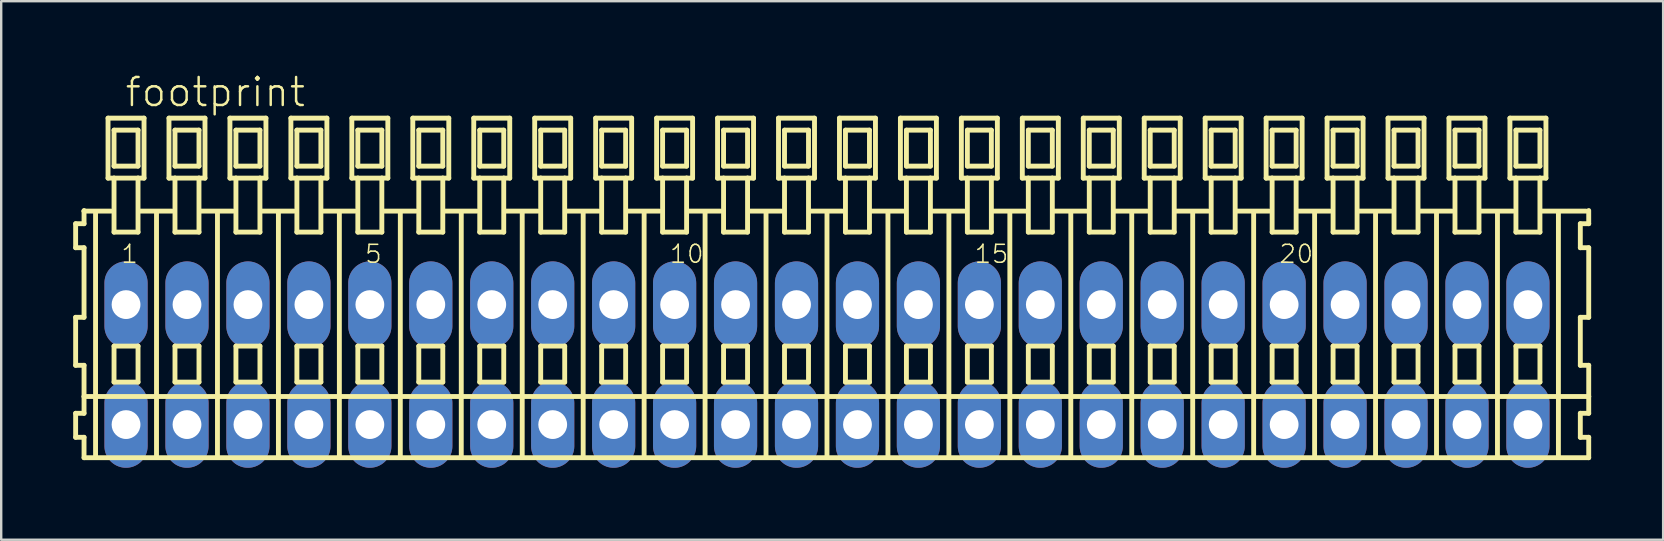
<source format=kicad_pcb>
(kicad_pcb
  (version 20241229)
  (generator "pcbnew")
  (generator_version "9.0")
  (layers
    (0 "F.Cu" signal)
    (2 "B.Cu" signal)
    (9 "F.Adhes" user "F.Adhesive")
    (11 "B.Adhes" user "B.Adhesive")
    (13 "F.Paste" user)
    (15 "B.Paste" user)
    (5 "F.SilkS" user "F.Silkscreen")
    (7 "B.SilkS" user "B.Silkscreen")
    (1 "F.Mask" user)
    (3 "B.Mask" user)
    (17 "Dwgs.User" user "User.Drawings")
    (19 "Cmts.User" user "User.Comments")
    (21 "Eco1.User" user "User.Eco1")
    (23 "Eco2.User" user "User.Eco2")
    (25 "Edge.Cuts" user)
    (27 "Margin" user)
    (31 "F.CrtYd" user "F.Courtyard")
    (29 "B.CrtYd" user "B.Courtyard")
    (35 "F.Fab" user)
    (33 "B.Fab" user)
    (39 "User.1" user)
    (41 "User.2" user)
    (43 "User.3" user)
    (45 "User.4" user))
  (footprint "footprint"
    (layer "F.Cu")
    (at 31.412 12.143)
    (property "Reference" "footprint" (at -29.31 -10.67 0) (layer "F.SilkS") (effects (font (size 1.168 1.168) (thickness 0.102)) (justify left bottom)))
    (fp_line (start -31.31 -5.87) (end -31.31 -4.87) (stroke (width 0.203) (type solid)) (layer "F.SilkS"))
    (fp_line (start -31.31 -4.87) (end -30.96 -4.87) (stroke (width 0.203) (type solid)) (layer "F.SilkS"))
    (fp_line (start -31.31 -1.97) (end -31.31 0.03) (stroke (width 0.203) (type solid)) (layer "F.SilkS"))
    (fp_line (start -31.31 0.03) (end -30.96 0.03) (stroke (width 0.203) (type solid)) (layer "F.SilkS"))
    (fp_line (start -31.31 2.03) (end -31.31 3.03) (stroke (width 0.203) (type solid)) (layer "F.SilkS"))
    (fp_line (start -31.31 3.03) (end -30.96 3.03) (stroke (width 0.203) (type solid)) (layer "F.SilkS"))
    (fp_line (start -30.96 -6.42) (end -30.96 -6.395) (stroke (width 0.203) (type solid)) (layer "F.SilkS"))
    (fp_line (start -30.96 -6.395) (end -30.96 -5.87) (stroke (width 0.203) (type solid)) (layer "F.SilkS"))
    (fp_line (start -30.96 -6.395) (end -29.835 -6.395) (stroke (width 0.203) (type solid)) (layer "F.SilkS"))
    (fp_line (start -30.96 -5.87) (end -31.31 -5.87) (stroke (width 0.203) (type solid)) (layer "F.SilkS"))
    (fp_line (start -30.96 -4.87) (end -30.96 -1.97) (stroke (width 0.203) (type solid)) (layer "F.SilkS"))
    (fp_line (start -30.96 -1.97) (end -31.31 -1.97) (stroke (width 0.203) (type solid)) (layer "F.SilkS"))
    (fp_line (start -30.96 0.03) (end -30.96 1.33) (stroke (width 0.203) (type solid)) (layer "F.SilkS"))
    (fp_line (start -30.96 1.33) (end -30.96 2.03) (stroke (width 0.203) (type solid)) (layer "F.SilkS"))
    (fp_line (start -30.96 1.33) (end 31.743 1.33) (stroke (width 0.203) (type solid)) (layer "F.SilkS"))
    (fp_line (start -30.96 2.03) (end -31.31 2.03) (stroke (width 0.203) (type solid)) (layer "F.SilkS"))
    (fp_line (start -30.96 3.03) (end -30.96 3.88) (stroke (width 0.203) (type solid)) (layer "F.SilkS"))
    (fp_line (start -30.96 3.88) (end 31.743 3.88) (stroke (width 0.203) (type solid)) (layer "F.SilkS"))
    (fp_line (start -30.48 3.83) (end -30.48 -6.33) (stroke (width 0.203) (type solid)) (layer "F.SilkS"))
    (fp_line (start -29.96 -10.27) (end -29.96 -7.77) (stroke (width 0.203) (type solid)) (layer "F.SilkS"))
    (fp_line (start -29.96 -7.77) (end -29.71 -7.77) (stroke (width 0.203) (type solid)) (layer "F.SilkS"))
    (fp_line (start -29.71 -9.77) (end -29.71 -8.27) (stroke (width 0.203) (type solid)) (layer "F.SilkS"))
    (fp_line (start -29.71 -8.27) (end -28.71 -8.27) (stroke (width 0.203) (type solid)) (layer "F.SilkS"))
    (fp_line (start -29.71 -7.77) (end -29.71 -5.52) (stroke (width 0.203) (type solid)) (layer "F.SilkS"))
    (fp_line (start -29.71 -7.77) (end -28.71 -7.77) (stroke (width 0.203) (type solid)) (layer "F.SilkS"))
    (fp_line (start -29.71 -5.52) (end -28.71 -5.52) (stroke (width 0.203) (type solid)) (layer "F.SilkS"))
    (fp_line (start -29.71 -0.77) (end -29.71 0.73) (stroke (width 0.203) (type solid)) (layer "F.SilkS"))
    (fp_line (start -29.71 0.73) (end -28.71 0.73) (stroke (width 0.203) (type solid)) (layer "F.SilkS"))
    (fp_line (start -28.71 -9.77) (end -29.71 -9.77) (stroke (width 0.203) (type solid)) (layer "F.SilkS"))
    (fp_line (start -28.71 -8.27) (end -28.71 -9.77) (stroke (width 0.203) (type solid)) (layer "F.SilkS"))
    (fp_line (start -28.71 -7.77) (end -28.46 -7.77) (stroke (width 0.203) (type solid)) (layer "F.SilkS"))
    (fp_line (start -28.71 -5.52) (end -28.71 -7.77) (stroke (width 0.203) (type solid)) (layer "F.SilkS"))
    (fp_line (start -28.71 -0.77) (end -29.71 -0.77) (stroke (width 0.203) (type solid)) (layer "F.SilkS"))
    (fp_line (start -28.71 0.73) (end -28.71 -0.77) (stroke (width 0.203) (type solid)) (layer "F.SilkS"))
    (fp_line (start -28.674 -6.395) (end -27.295 -6.395) (stroke (width 0.203) (type solid)) (layer "F.SilkS"))
    (fp_line (start -28.46 -10.27) (end -29.96 -10.27) (stroke (width 0.203) (type solid)) (layer "F.SilkS"))
    (fp_line (start -28.46 -7.77) (end -28.46 -10.27) (stroke (width 0.203) (type solid)) (layer "F.SilkS"))
    (fp_line (start -27.94 3.83) (end -27.94 -6.33) (stroke (width 0.203) (type solid)) (layer "F.SilkS"))
    (fp_line (start -27.42 -10.27) (end -27.42 -7.77) (stroke (width 0.203) (type solid)) (layer "F.SilkS"))
    (fp_line (start -27.42 -7.77) (end -27.17 -7.77) (stroke (width 0.203) (type solid)) (layer "F.SilkS"))
    (fp_line (start -27.17 -9.77) (end -27.17 -8.27) (stroke (width 0.203) (type solid)) (layer "F.SilkS"))
    (fp_line (start -27.17 -8.27) (end -26.17 -8.27) (stroke (width 0.203) (type solid)) (layer "F.SilkS"))
    (fp_line (start -27.17 -7.77) (end -27.17 -5.52) (stroke (width 0.203) (type solid)) (layer "F.SilkS"))
    (fp_line (start -27.17 -7.77) (end -26.17 -7.77) (stroke (width 0.203) (type solid)) (layer "F.SilkS"))
    (fp_line (start -27.17 -5.52) (end -26.17 -5.52) (stroke (width 0.203) (type solid)) (layer "F.SilkS"))
    (fp_line (start -27.17 -0.77) (end -27.17 0.73) (stroke (width 0.203) (type solid)) (layer "F.SilkS"))
    (fp_line (start -27.17 0.73) (end -26.17 0.73) (stroke (width 0.203) (type solid)) (layer "F.SilkS"))
    (fp_line (start -26.17 -9.77) (end -27.17 -9.77) (stroke (width 0.203) (type solid)) (layer "F.SilkS"))
    (fp_line (start -26.17 -8.27) (end -26.17 -9.77) (stroke (width 0.203) (type solid)) (layer "F.SilkS"))
    (fp_line (start -26.17 -7.77) (end -25.92 -7.77) (stroke (width 0.203) (type solid)) (layer "F.SilkS"))
    (fp_line (start -26.17 -5.52) (end -26.17 -7.77) (stroke (width 0.203) (type solid)) (layer "F.SilkS"))
    (fp_line (start -26.17 -0.77) (end -27.17 -0.77) (stroke (width 0.203) (type solid)) (layer "F.SilkS"))
    (fp_line (start -26.17 0.73) (end -26.17 -0.77) (stroke (width 0.203) (type solid)) (layer "F.SilkS"))
    (fp_line (start -26.134 -6.395) (end -24.755 -6.395) (stroke (width 0.203) (type solid)) (layer "F.SilkS"))
    (fp_line (start -25.92 -10.27) (end -27.42 -10.27) (stroke (width 0.203) (type solid)) (layer "F.SilkS"))
    (fp_line (start -25.92 -7.77) (end -25.92 -10.27) (stroke (width 0.203) (type solid)) (layer "F.SilkS"))
    (fp_line (start -25.4 3.83) (end -25.4 -6.33) (stroke (width 0.203) (type solid)) (layer "F.SilkS"))
    (fp_line (start -24.88 -10.27) (end -24.88 -7.77) (stroke (width 0.203) (type solid)) (layer "F.SilkS"))
    (fp_line (start -24.88 -7.77) (end -24.63 -7.77) (stroke (width 0.203) (type solid)) (layer "F.SilkS"))
    (fp_line (start -24.63 -9.77) (end -24.63 -8.27) (stroke (width 0.203) (type solid)) (layer "F.SilkS"))
    (fp_line (start -24.63 -8.27) (end -23.63 -8.27) (stroke (width 0.203) (type solid)) (layer "F.SilkS"))
    (fp_line (start -24.63 -7.77) (end -24.63 -5.52) (stroke (width 0.203) (type solid)) (layer "F.SilkS"))
    (fp_line (start -24.63 -7.77) (end -23.63 -7.77) (stroke (width 0.203) (type solid)) (layer "F.SilkS"))
    (fp_line (start -24.63 -5.52) (end -23.63 -5.52) (stroke (width 0.203) (type solid)) (layer "F.SilkS"))
    (fp_line (start -24.63 -0.77) (end -24.63 0.73) (stroke (width 0.203) (type solid)) (layer "F.SilkS"))
    (fp_line (start -24.63 0.73) (end -23.63 0.73) (stroke (width 0.203) (type solid)) (layer "F.SilkS"))
    (fp_line (start -23.63 -9.77) (end -24.63 -9.77) (stroke (width 0.203) (type solid)) (layer "F.SilkS"))
    (fp_line (start -23.63 -8.27) (end -23.63 -9.77) (stroke (width 0.203) (type solid)) (layer "F.SilkS"))
    (fp_line (start -23.63 -7.77) (end -23.38 -7.77) (stroke (width 0.203) (type solid)) (layer "F.SilkS"))
    (fp_line (start -23.63 -5.52) (end -23.63 -7.77) (stroke (width 0.203) (type solid)) (layer "F.SilkS"))
    (fp_line (start -23.63 -0.77) (end -24.63 -0.77) (stroke (width 0.203) (type solid)) (layer "F.SilkS"))
    (fp_line (start -23.63 0.73) (end -23.63 -0.77) (stroke (width 0.203) (type solid)) (layer "F.SilkS"))
    (fp_line (start -23.594 -6.395) (end -22.215 -6.395) (stroke (width 0.203) (type solid)) (layer "F.SilkS"))
    (fp_line (start -23.38 -10.27) (end -24.88 -10.27) (stroke (width 0.203) (type solid)) (layer "F.SilkS"))
    (fp_line (start -23.38 -7.77) (end -23.38 -10.27) (stroke (width 0.203) (type solid)) (layer "F.SilkS"))
    (fp_line (start -22.86 3.83) (end -22.86 -6.33) (stroke (width 0.203) (type solid)) (layer "F.SilkS"))
    (fp_line (start -22.34 -10.27) (end -22.34 -7.77) (stroke (width 0.203) (type solid)) (layer "F.SilkS"))
    (fp_line (start -22.34 -7.77) (end -22.09 -7.77) (stroke (width 0.203) (type solid)) (layer "F.SilkS"))
    (fp_line (start -22.09 -9.77) (end -22.09 -8.27) (stroke (width 0.203) (type solid)) (layer "F.SilkS"))
    (fp_line (start -22.09 -8.27) (end -21.09 -8.27) (stroke (width 0.203) (type solid)) (layer "F.SilkS"))
    (fp_line (start -22.09 -7.77) (end -22.09 -5.52) (stroke (width 0.203) (type solid)) (layer "F.SilkS"))
    (fp_line (start -22.09 -7.77) (end -21.09 -7.77) (stroke (width 0.203) (type solid)) (layer "F.SilkS"))
    (fp_line (start -22.09 -5.52) (end -21.09 -5.52) (stroke (width 0.203) (type solid)) (layer "F.SilkS"))
    (fp_line (start -22.09 -0.77) (end -22.09 0.73) (stroke (width 0.203) (type solid)) (layer "F.SilkS"))
    (fp_line (start -22.09 0.73) (end -21.09 0.73) (stroke (width 0.203) (type solid)) (layer "F.SilkS"))
    (fp_line (start -21.09 -9.77) (end -22.09 -9.77) (stroke (width 0.203) (type solid)) (layer "F.SilkS"))
    (fp_line (start -21.09 -8.27) (end -21.09 -9.77) (stroke (width 0.203) (type solid)) (layer "F.SilkS"))
    (fp_line (start -21.09 -7.77) (end -20.84 -7.77) (stroke (width 0.203) (type solid)) (layer "F.SilkS"))
    (fp_line (start -21.09 -5.52) (end -21.09 -7.77) (stroke (width 0.203) (type solid)) (layer "F.SilkS"))
    (fp_line (start -21.09 -0.77) (end -22.09 -0.77) (stroke (width 0.203) (type solid)) (layer "F.SilkS"))
    (fp_line (start -21.09 0.73) (end -21.09 -0.77) (stroke (width 0.203) (type solid)) (layer "F.SilkS"))
    (fp_line (start -21.054 -6.395) (end -19.675 -6.395) (stroke (width 0.203) (type solid)) (layer "F.SilkS"))
    (fp_line (start -20.84 -10.27) (end -22.34 -10.27) (stroke (width 0.203) (type solid)) (layer "F.SilkS"))
    (fp_line (start -20.84 -7.77) (end -20.84 -10.27) (stroke (width 0.203) (type solid)) (layer "F.SilkS"))
    (fp_line (start -20.32 3.83) (end -20.32 -6.33) (stroke (width 0.203) (type solid)) (layer "F.SilkS"))
    (fp_line (start -19.8 -10.27) (end -19.8 -7.77) (stroke (width 0.203) (type solid)) (layer "F.SilkS"))
    (fp_line (start -19.8 -7.77) (end -19.55 -7.77) (stroke (width 0.203) (type solid)) (layer "F.SilkS"))
    (fp_line (start -19.55 -9.77) (end -19.55 -8.27) (stroke (width 0.203) (type solid)) (layer "F.SilkS"))
    (fp_line (start -19.55 -8.27) (end -18.55 -8.27) (stroke (width 0.203) (type solid)) (layer "F.SilkS"))
    (fp_line (start -19.55 -7.77) (end -19.55 -5.52) (stroke (width 0.203) (type solid)) (layer "F.SilkS"))
    (fp_line (start -19.55 -7.77) (end -18.55 -7.77) (stroke (width 0.203) (type solid)) (layer "F.SilkS"))
    (fp_line (start -19.55 -5.52) (end -18.55 -5.52) (stroke (width 0.203) (type solid)) (layer "F.SilkS"))
    (fp_line (start -19.55 -0.77) (end -19.55 0.73) (stroke (width 0.203) (type solid)) (layer "F.SilkS"))
    (fp_line (start -19.55 0.73) (end -18.55 0.73) (stroke (width 0.203) (type solid)) (layer "F.SilkS"))
    (fp_line (start -18.55 -9.77) (end -19.55 -9.77) (stroke (width 0.203) (type solid)) (layer "F.SilkS"))
    (fp_line (start -18.55 -8.27) (end -18.55 -9.77) (stroke (width 0.203) (type solid)) (layer "F.SilkS"))
    (fp_line (start -18.55 -7.77) (end -18.3 -7.77) (stroke (width 0.203) (type solid)) (layer "F.SilkS"))
    (fp_line (start -18.55 -5.52) (end -18.55 -7.77) (stroke (width 0.203) (type solid)) (layer "F.SilkS"))
    (fp_line (start -18.55 -0.77) (end -19.55 -0.77) (stroke (width 0.203) (type solid)) (layer "F.SilkS"))
    (fp_line (start -18.55 0.73) (end -18.55 -0.77) (stroke (width 0.203) (type solid)) (layer "F.SilkS"))
    (fp_line (start -18.514 -6.395) (end -17.135 -6.395) (stroke (width 0.203) (type solid)) (layer "F.SilkS"))
    (fp_line (start -18.3 -10.27) (end -19.8 -10.27) (stroke (width 0.203) (type solid)) (layer "F.SilkS"))
    (fp_line (start -18.3 -7.77) (end -18.3 -10.27) (stroke (width 0.203) (type solid)) (layer "F.SilkS"))
    (fp_line (start -17.78 3.83) (end -17.78 -6.33) (stroke (width 0.203) (type solid)) (layer "F.SilkS"))
    (fp_line (start -17.26 -10.27) (end -17.26 -7.77) (stroke (width 0.203) (type solid)) (layer "F.SilkS"))
    (fp_line (start -17.26 -7.77) (end -17.01 -7.77) (stroke (width 0.203) (type solid)) (layer "F.SilkS"))
    (fp_line (start -17.01 -9.77) (end -17.01 -8.27) (stroke (width 0.203) (type solid)) (layer "F.SilkS"))
    (fp_line (start -17.01 -8.27) (end -16.01 -8.27) (stroke (width 0.203) (type solid)) (layer "F.SilkS"))
    (fp_line (start -17.01 -7.77) (end -17.01 -5.52) (stroke (width 0.203) (type solid)) (layer "F.SilkS"))
    (fp_line (start -17.01 -7.77) (end -16.01 -7.77) (stroke (width 0.203) (type solid)) (layer "F.SilkS"))
    (fp_line (start -17.01 -5.52) (end -16.01 -5.52) (stroke (width 0.203) (type solid)) (layer "F.SilkS"))
    (fp_line (start -17.01 -0.77) (end -17.01 0.73) (stroke (width 0.203) (type solid)) (layer "F.SilkS"))
    (fp_line (start -17.01 0.73) (end -16.01 0.73) (stroke (width 0.203) (type solid)) (layer "F.SilkS"))
    (fp_line (start -16.01 -9.77) (end -17.01 -9.77) (stroke (width 0.203) (type solid)) (layer "F.SilkS"))
    (fp_line (start -16.01 -8.27) (end -16.01 -9.77) (stroke (width 0.203) (type solid)) (layer "F.SilkS"))
    (fp_line (start -16.01 -7.77) (end -15.76 -7.77) (stroke (width 0.203) (type solid)) (layer "F.SilkS"))
    (fp_line (start -16.01 -5.52) (end -16.01 -7.77) (stroke (width 0.203) (type solid)) (layer "F.SilkS"))
    (fp_line (start -16.01 -0.77) (end -17.01 -0.77) (stroke (width 0.203) (type solid)) (layer "F.SilkS"))
    (fp_line (start -16.01 0.73) (end -16.01 -0.77) (stroke (width 0.203) (type solid)) (layer "F.SilkS"))
    (fp_line (start -15.974 -6.395) (end -14.595 -6.395) (stroke (width 0.203) (type solid)) (layer "F.SilkS"))
    (fp_line (start -15.76 -10.27) (end -17.26 -10.27) (stroke (width 0.203) (type solid)) (layer "F.SilkS"))
    (fp_line (start -15.76 -7.77) (end -15.76 -10.27) (stroke (width 0.203) (type solid)) (layer "F.SilkS"))
    (fp_line (start -15.24 3.83) (end -15.24 -6.33) (stroke (width 0.203) (type solid)) (layer "F.SilkS"))
    (fp_line (start -14.72 -10.27) (end -14.72 -7.77) (stroke (width 0.203) (type solid)) (layer "F.SilkS"))
    (fp_line (start -14.72 -7.77) (end -14.47 -7.77) (stroke (width 0.203) (type solid)) (layer "F.SilkS"))
    (fp_line (start -14.47 -9.77) (end -14.47 -8.27) (stroke (width 0.203) (type solid)) (layer "F.SilkS"))
    (fp_line (start -14.47 -8.27) (end -13.47 -8.27) (stroke (width 0.203) (type solid)) (layer "F.SilkS"))
    (fp_line (start -14.47 -7.77) (end -14.47 -5.52) (stroke (width 0.203) (type solid)) (layer "F.SilkS"))
    (fp_line (start -14.47 -7.77) (end -13.47 -7.77) (stroke (width 0.203) (type solid)) (layer "F.SilkS"))
    (fp_line (start -14.47 -5.52) (end -13.47 -5.52) (stroke (width 0.203) (type solid)) (layer "F.SilkS"))
    (fp_line (start -14.47 -0.77) (end -14.47 0.73) (stroke (width 0.203) (type solid)) (layer "F.SilkS"))
    (fp_line (start -14.47 0.73) (end -13.47 0.73) (stroke (width 0.203) (type solid)) (layer "F.SilkS"))
    (fp_line (start -13.47 -9.77) (end -14.47 -9.77) (stroke (width 0.203) (type solid)) (layer "F.SilkS"))
    (fp_line (start -13.47 -8.27) (end -13.47 -9.77) (stroke (width 0.203) (type solid)) (layer "F.SilkS"))
    (fp_line (start -13.47 -7.77) (end -13.22 -7.77) (stroke (width 0.203) (type solid)) (layer "F.SilkS"))
    (fp_line (start -13.47 -5.52) (end -13.47 -7.77) (stroke (width 0.203) (type solid)) (layer "F.SilkS"))
    (fp_line (start -13.47 -0.77) (end -14.47 -0.77) (stroke (width 0.203) (type solid)) (layer "F.SilkS"))
    (fp_line (start -13.47 0.73) (end -13.47 -0.77) (stroke (width 0.203) (type solid)) (layer "F.SilkS"))
    (fp_line (start -13.434 -6.395) (end -12.055 -6.395) (stroke (width 0.203) (type solid)) (layer "F.SilkS"))
    (fp_line (start -13.22 -10.27) (end -14.72 -10.27) (stroke (width 0.203) (type solid)) (layer "F.SilkS"))
    (fp_line (start -13.22 -7.77) (end -13.22 -10.27) (stroke (width 0.203) (type solid)) (layer "F.SilkS"))
    (fp_line (start -12.7 3.83) (end -12.7 -6.33) (stroke (width 0.203) (type solid)) (layer "F.SilkS"))
    (fp_line (start -12.18 -10.27) (end -12.18 -7.77) (stroke (width 0.203) (type solid)) (layer "F.SilkS"))
    (fp_line (start -12.18 -7.77) (end -11.93 -7.77) (stroke (width 0.203) (type solid)) (layer "F.SilkS"))
    (fp_line (start -11.93 -9.77) (end -11.93 -8.27) (stroke (width 0.203) (type solid)) (layer "F.SilkS"))
    (fp_line (start -11.93 -8.27) (end -10.93 -8.27) (stroke (width 0.203) (type solid)) (layer "F.SilkS"))
    (fp_line (start -11.93 -7.77) (end -11.93 -5.52) (stroke (width 0.203) (type solid)) (layer "F.SilkS"))
    (fp_line (start -11.93 -7.77) (end -10.93 -7.77) (stroke (width 0.203) (type solid)) (layer "F.SilkS"))
    (fp_line (start -11.93 -5.52) (end -10.93 -5.52) (stroke (width 0.203) (type solid)) (layer "F.SilkS"))
    (fp_line (start -11.93 -0.77) (end -11.93 0.73) (stroke (width 0.203) (type solid)) (layer "F.SilkS"))
    (fp_line (start -11.93 0.73) (end -10.93 0.73) (stroke (width 0.203) (type solid)) (layer "F.SilkS"))
    (fp_line (start -10.93 -9.77) (end -11.93 -9.77) (stroke (width 0.203) (type solid)) (layer "F.SilkS"))
    (fp_line (start -10.93 -8.27) (end -10.93 -9.77) (stroke (width 0.203) (type solid)) (layer "F.SilkS"))
    (fp_line (start -10.93 -7.77) (end -10.68 -7.77) (stroke (width 0.203) (type solid)) (layer "F.SilkS"))
    (fp_line (start -10.93 -5.52) (end -10.93 -7.77) (stroke (width 0.203) (type solid)) (layer "F.SilkS"))
    (fp_line (start -10.93 -0.77) (end -11.93 -0.77) (stroke (width 0.203) (type solid)) (layer "F.SilkS"))
    (fp_line (start -10.93 0.73) (end -10.93 -0.77) (stroke (width 0.203) (type solid)) (layer "F.SilkS"))
    (fp_line (start -10.894 -6.395) (end -9.515 -6.395) (stroke (width 0.203) (type solid)) (layer "F.SilkS"))
    (fp_line (start -10.68 -10.27) (end -12.18 -10.27) (stroke (width 0.203) (type solid)) (layer "F.SilkS"))
    (fp_line (start -10.68 -7.77) (end -10.68 -10.27) (stroke (width 0.203) (type solid)) (layer "F.SilkS"))
    (fp_line (start -10.16 3.83) (end -10.16 -6.33) (stroke (width 0.203) (type solid)) (layer "F.SilkS"))
    (fp_line (start -9.64 -10.27) (end -9.64 -7.77) (stroke (width 0.203) (type solid)) (layer "F.SilkS"))
    (fp_line (start -9.64 -7.77) (end -9.39 -7.77) (stroke (width 0.203) (type solid)) (layer "F.SilkS"))
    (fp_line (start -9.39 -9.77) (end -9.39 -8.27) (stroke (width 0.203) (type solid)) (layer "F.SilkS"))
    (fp_line (start -9.39 -8.27) (end -8.39 -8.27) (stroke (width 0.203) (type solid)) (layer "F.SilkS"))
    (fp_line (start -9.39 -7.77) (end -9.39 -5.52) (stroke (width 0.203) (type solid)) (layer "F.SilkS"))
    (fp_line (start -9.39 -7.77) (end -8.39 -7.77) (stroke (width 0.203) (type solid)) (layer "F.SilkS"))
    (fp_line (start -9.39 -5.52) (end -8.39 -5.52) (stroke (width 0.203) (type solid)) (layer "F.SilkS"))
    (fp_line (start -9.39 -0.77) (end -9.39 0.73) (stroke (width 0.203) (type solid)) (layer "F.SilkS"))
    (fp_line (start -9.39 0.73) (end -8.39 0.73) (stroke (width 0.203) (type solid)) (layer "F.SilkS"))
    (fp_line (start -8.39 -9.77) (end -9.39 -9.77) (stroke (width 0.203) (type solid)) (layer "F.SilkS"))
    (fp_line (start -8.39 -8.27) (end -8.39 -9.77) (stroke (width 0.203) (type solid)) (layer "F.SilkS"))
    (fp_line (start -8.39 -7.77) (end -8.14 -7.77) (stroke (width 0.203) (type solid)) (layer "F.SilkS"))
    (fp_line (start -8.39 -5.52) (end -8.39 -7.77) (stroke (width 0.203) (type solid)) (layer "F.SilkS"))
    (fp_line (start -8.39 -0.77) (end -9.39 -0.77) (stroke (width 0.203) (type solid)) (layer "F.SilkS"))
    (fp_line (start -8.39 0.73) (end -8.39 -0.77) (stroke (width 0.203) (type solid)) (layer "F.SilkS"))
    (fp_line (start -8.354 -6.395) (end -6.975 -6.395) (stroke (width 0.203) (type solid)) (layer "F.SilkS"))
    (fp_line (start -8.14 -10.27) (end -9.64 -10.27) (stroke (width 0.203) (type solid)) (layer "F.SilkS"))
    (fp_line (start -8.14 -7.77) (end -8.14 -10.27) (stroke (width 0.203) (type solid)) (layer "F.SilkS"))
    (fp_line (start -7.62 3.83) (end -7.62 -6.33) (stroke (width 0.203) (type solid)) (layer "F.SilkS"))
    (fp_line (start -7.1 -10.27) (end -7.1 -7.77) (stroke (width 0.203) (type solid)) (layer "F.SilkS"))
    (fp_line (start -7.1 -7.77) (end -6.85 -7.77) (stroke (width 0.203) (type solid)) (layer "F.SilkS"))
    (fp_line (start -6.85 -9.77) (end -6.85 -8.27) (stroke (width 0.203) (type solid)) (layer "F.SilkS"))
    (fp_line (start -6.85 -8.27) (end -5.85 -8.27) (stroke (width 0.203) (type solid)) (layer "F.SilkS"))
    (fp_line (start -6.85 -7.77) (end -6.85 -5.52) (stroke (width 0.203) (type solid)) (layer "F.SilkS"))
    (fp_line (start -6.85 -7.77) (end -5.85 -7.77) (stroke (width 0.203) (type solid)) (layer "F.SilkS"))
    (fp_line (start -6.85 -5.52) (end -5.85 -5.52) (stroke (width 0.203) (type solid)) (layer "F.SilkS"))
    (fp_line (start -6.85 -0.77) (end -6.85 0.73) (stroke (width 0.203) (type solid)) (layer "F.SilkS"))
    (fp_line (start -6.85 0.73) (end -5.85 0.73) (stroke (width 0.203) (type solid)) (layer "F.SilkS"))
    (fp_line (start -5.85 -9.77) (end -6.85 -9.77) (stroke (width 0.203) (type solid)) (layer "F.SilkS"))
    (fp_line (start -5.85 -8.27) (end -5.85 -9.77) (stroke (width 0.203) (type solid)) (layer "F.SilkS"))
    (fp_line (start -5.85 -7.77) (end -5.6 -7.77) (stroke (width 0.203) (type solid)) (layer "F.SilkS"))
    (fp_line (start -5.85 -5.52) (end -5.85 -7.77) (stroke (width 0.203) (type solid)) (layer "F.SilkS"))
    (fp_line (start -5.85 -0.77) (end -6.85 -0.77) (stroke (width 0.203) (type solid)) (layer "F.SilkS"))
    (fp_line (start -5.85 0.73) (end -5.85 -0.77) (stroke (width 0.203) (type solid)) (layer "F.SilkS"))
    (fp_line (start -5.814 -6.395) (end -4.435 -6.395) (stroke (width 0.203) (type solid)) (layer "F.SilkS"))
    (fp_line (start -5.6 -10.27) (end -7.1 -10.27) (stroke (width 0.203) (type solid)) (layer "F.SilkS"))
    (fp_line (start -5.6 -7.77) (end -5.6 -10.27) (stroke (width 0.203) (type solid)) (layer "F.SilkS"))
    (fp_line (start -5.08 3.83) (end -5.08 -6.33) (stroke (width 0.203) (type solid)) (layer "F.SilkS"))
    (fp_line (start -4.56 -10.27) (end -4.56 -7.77) (stroke (width 0.203) (type solid)) (layer "F.SilkS"))
    (fp_line (start -4.56 -7.77) (end -4.31 -7.77) (stroke (width 0.203) (type solid)) (layer "F.SilkS"))
    (fp_line (start -4.31 -9.77) (end -4.31 -8.27) (stroke (width 0.203) (type solid)) (layer "F.SilkS"))
    (fp_line (start -4.31 -8.27) (end -3.31 -8.27) (stroke (width 0.203) (type solid)) (layer "F.SilkS"))
    (fp_line (start -4.31 -7.77) (end -4.31 -5.52) (stroke (width 0.203) (type solid)) (layer "F.SilkS"))
    (fp_line (start -4.31 -7.77) (end -3.31 -7.77) (stroke (width 0.203) (type solid)) (layer "F.SilkS"))
    (fp_line (start -4.31 -5.52) (end -3.31 -5.52) (stroke (width 0.203) (type solid)) (layer "F.SilkS"))
    (fp_line (start -4.31 -0.77) (end -4.31 0.73) (stroke (width 0.203) (type solid)) (layer "F.SilkS"))
    (fp_line (start -4.31 0.73) (end -3.31 0.73) (stroke (width 0.203) (type solid)) (layer "F.SilkS"))
    (fp_line (start -3.31 -9.77) (end -4.31 -9.77) (stroke (width 0.203) (type solid)) (layer "F.SilkS"))
    (fp_line (start -3.31 -8.27) (end -3.31 -9.77) (stroke (width 0.203) (type solid)) (layer "F.SilkS"))
    (fp_line (start -3.31 -7.77) (end -3.06 -7.77) (stroke (width 0.203) (type solid)) (layer "F.SilkS"))
    (fp_line (start -3.31 -5.52) (end -3.31 -7.77) (stroke (width 0.203) (type solid)) (layer "F.SilkS"))
    (fp_line (start -3.31 -0.77) (end -4.31 -0.77) (stroke (width 0.203) (type solid)) (layer "F.SilkS"))
    (fp_line (start -3.31 0.73) (end -3.31 -0.77) (stroke (width 0.203) (type solid)) (layer "F.SilkS"))
    (fp_line (start -3.274 -6.395) (end -1.895 -6.395) (stroke (width 0.203) (type solid)) (layer "F.SilkS"))
    (fp_line (start -3.06 -10.27) (end -4.56 -10.27) (stroke (width 0.203) (type solid)) (layer "F.SilkS"))
    (fp_line (start -3.06 -7.77) (end -3.06 -10.27) (stroke (width 0.203) (type solid)) (layer "F.SilkS"))
    (fp_line (start -2.54 3.83) (end -2.54 -6.33) (stroke (width 0.203) (type solid)) (layer "F.SilkS"))
    (fp_line (start -2.02 -10.27) (end -2.02 -7.77) (stroke (width 0.203) (type solid)) (layer "F.SilkS"))
    (fp_line (start -2.02 -7.77) (end -1.77 -7.77) (stroke (width 0.203) (type solid)) (layer "F.SilkS"))
    (fp_line (start -1.77 -9.77) (end -1.77 -8.27) (stroke (width 0.203) (type solid)) (layer "F.SilkS"))
    (fp_line (start -1.77 -8.27) (end -0.77 -8.27) (stroke (width 0.203) (type solid)) (layer "F.SilkS"))
    (fp_line (start -1.77 -7.77) (end -1.77 -5.52) (stroke (width 0.203) (type solid)) (layer "F.SilkS"))
    (fp_line (start -1.77 -7.77) (end -0.77 -7.77) (stroke (width 0.203) (type solid)) (layer "F.SilkS"))
    (fp_line (start -1.77 -5.52) (end -0.77 -5.52) (stroke (width 0.203) (type solid)) (layer "F.SilkS"))
    (fp_line (start -1.77 -0.77) (end -1.77 0.73) (stroke (width 0.203) (type solid)) (layer "F.SilkS"))
    (fp_line (start -1.77 0.73) (end -0.77 0.73) (stroke (width 0.203) (type solid)) (layer "F.SilkS"))
    (fp_line (start -0.77 -9.77) (end -1.77 -9.77) (stroke (width 0.203) (type solid)) (layer "F.SilkS"))
    (fp_line (start -0.77 -8.27) (end -0.77 -9.77) (stroke (width 0.203) (type solid)) (layer "F.SilkS"))
    (fp_line (start -0.77 -7.77) (end -0.52 -7.77) (stroke (width 0.203) (type solid)) (layer "F.SilkS"))
    (fp_line (start -0.77 -5.52) (end -0.77 -7.77) (stroke (width 0.203) (type solid)) (layer "F.SilkS"))
    (fp_line (start -0.77 -0.77) (end -1.77 -0.77) (stroke (width 0.203) (type solid)) (layer "F.SilkS"))
    (fp_line (start -0.77 0.73) (end -0.77 -0.77) (stroke (width 0.203) (type solid)) (layer "F.SilkS"))
    (fp_line (start -0.734 -6.395) (end 0.645 -6.395) (stroke (width 0.203) (type solid)) (layer "F.SilkS"))
    (fp_line (start -0.52 -10.27) (end -2.02 -10.27) (stroke (width 0.203) (type solid)) (layer "F.SilkS"))
    (fp_line (start -0.52 -7.77) (end -0.52 -10.27) (stroke (width 0.203) (type solid)) (layer "F.SilkS"))
    (fp_line (start 0 3.83) (end 0 -6.33) (stroke (width 0.203) (type solid)) (layer "F.SilkS"))
    (fp_line (start 0.52 -10.27) (end 0.52 -7.77) (stroke (width 0.203) (type solid)) (layer "F.SilkS"))
    (fp_line (start 0.52 -7.77) (end 0.77 -7.77) (stroke (width 0.203) (type solid)) (layer "F.SilkS"))
    (fp_line (start 0.77 -9.77) (end 0.77 -8.27) (stroke (width 0.203) (type solid)) (layer "F.SilkS"))
    (fp_line (start 0.77 -8.27) (end 1.77 -8.27) (stroke (width 0.203) (type solid)) (layer "F.SilkS"))
    (fp_line (start 0.77 -7.77) (end 0.77 -5.52) (stroke (width 0.203) (type solid)) (layer "F.SilkS"))
    (fp_line (start 0.77 -7.77) (end 1.77 -7.77) (stroke (width 0.203) (type solid)) (layer "F.SilkS"))
    (fp_line (start 0.77 -5.52) (end 1.77 -5.52) (stroke (width 0.203) (type solid)) (layer "F.SilkS"))
    (fp_line (start 0.77 -0.77) (end 0.77 0.73) (stroke (width 0.203) (type solid)) (layer "F.SilkS"))
    (fp_line (start 0.77 0.73) (end 1.77 0.73) (stroke (width 0.203) (type solid)) (layer "F.SilkS"))
    (fp_line (start 1.77 -9.77) (end 0.77 -9.77) (stroke (width 0.203) (type solid)) (layer "F.SilkS"))
    (fp_line (start 1.77 -8.27) (end 1.77 -9.77) (stroke (width 0.203) (type solid)) (layer "F.SilkS"))
    (fp_line (start 1.77 -7.77) (end 2.02 -7.77) (stroke (width 0.203) (type solid)) (layer "F.SilkS"))
    (fp_line (start 1.77 -5.52) (end 1.77 -7.77) (stroke (width 0.203) (type solid)) (layer "F.SilkS"))
    (fp_line (start 1.77 -0.77) (end 0.77 -0.77) (stroke (width 0.203) (type solid)) (layer "F.SilkS"))
    (fp_line (start 1.77 0.73) (end 1.77 -0.77) (stroke (width 0.203) (type solid)) (layer "F.SilkS"))
    (fp_line (start 1.806 -6.395) (end 3.185 -6.395) (stroke (width 0.203) (type solid)) (layer "F.SilkS"))
    (fp_line (start 2.02 -10.27) (end 0.52 -10.27) (stroke (width 0.203) (type solid)) (layer "F.SilkS"))
    (fp_line (start 2.02 -7.77) (end 2.02 -10.27) (stroke (width 0.203) (type solid)) (layer "F.SilkS"))
    (fp_line (start 2.54 3.83) (end 2.54 -6.33) (stroke (width 0.203) (type solid)) (layer "F.SilkS"))
    (fp_line (start 3.06 -10.27) (end 3.06 -7.77) (stroke (width 0.203) (type solid)) (layer "F.SilkS"))
    (fp_line (start 3.06 -7.77) (end 3.31 -7.77) (stroke (width 0.203) (type solid)) (layer "F.SilkS"))
    (fp_line (start 3.31 -9.77) (end 3.31 -8.27) (stroke (width 0.203) (type solid)) (layer "F.SilkS"))
    (fp_line (start 3.31 -8.27) (end 4.31 -8.27) (stroke (width 0.203) (type solid)) (layer "F.SilkS"))
    (fp_line (start 3.31 -7.77) (end 3.31 -5.52) (stroke (width 0.203) (type solid)) (layer "F.SilkS"))
    (fp_line (start 3.31 -7.77) (end 4.31 -7.77) (stroke (width 0.203) (type solid)) (layer "F.SilkS"))
    (fp_line (start 3.31 -5.52) (end 4.31 -5.52) (stroke (width 0.203) (type solid)) (layer "F.SilkS"))
    (fp_line (start 3.31 -0.77) (end 3.31 0.73) (stroke (width 0.203) (type solid)) (layer "F.SilkS"))
    (fp_line (start 3.31 0.73) (end 4.31 0.73) (stroke (width 0.203) (type solid)) (layer "F.SilkS"))
    (fp_line (start 4.31 -9.77) (end 3.31 -9.77) (stroke (width 0.203) (type solid)) (layer "F.SilkS"))
    (fp_line (start 4.31 -8.27) (end 4.31 -9.77) (stroke (width 0.203) (type solid)) (layer "F.SilkS"))
    (fp_line (start 4.31 -7.77) (end 4.56 -7.77) (stroke (width 0.203) (type solid)) (layer "F.SilkS"))
    (fp_line (start 4.31 -5.52) (end 4.31 -7.77) (stroke (width 0.203) (type solid)) (layer "F.SilkS"))
    (fp_line (start 4.31 -0.77) (end 3.31 -0.77) (stroke (width 0.203) (type solid)) (layer "F.SilkS"))
    (fp_line (start 4.31 0.73) (end 4.31 -0.77) (stroke (width 0.203) (type solid)) (layer "F.SilkS"))
    (fp_line (start 4.346 -6.395) (end 5.725 -6.395) (stroke (width 0.203) (type solid)) (layer "F.SilkS"))
    (fp_line (start 4.56 -10.27) (end 3.06 -10.27) (stroke (width 0.203) (type solid)) (layer "F.SilkS"))
    (fp_line (start 4.56 -7.77) (end 4.56 -10.27) (stroke (width 0.203) (type solid)) (layer "F.SilkS"))
    (fp_line (start 5.08 3.83) (end 5.08 -6.33) (stroke (width 0.203) (type solid)) (layer "F.SilkS"))
    (fp_line (start 5.6 -10.27) (end 5.6 -7.77) (stroke (width 0.203) (type solid)) (layer "F.SilkS"))
    (fp_line (start 5.6 -7.77) (end 5.85 -7.77) (stroke (width 0.203) (type solid)) (layer "F.SilkS"))
    (fp_line (start 5.85 -9.77) (end 5.85 -8.27) (stroke (width 0.203) (type solid)) (layer "F.SilkS"))
    (fp_line (start 5.85 -8.27) (end 6.85 -8.27) (stroke (width 0.203) (type solid)) (layer "F.SilkS"))
    (fp_line (start 5.85 -7.77) (end 5.85 -5.52) (stroke (width 0.203) (type solid)) (layer "F.SilkS"))
    (fp_line (start 5.85 -7.77) (end 6.85 -7.77) (stroke (width 0.203) (type solid)) (layer "F.SilkS"))
    (fp_line (start 5.85 -5.52) (end 6.85 -5.52) (stroke (width 0.203) (type solid)) (layer "F.SilkS"))
    (fp_line (start 5.85 -0.77) (end 5.85 0.73) (stroke (width 0.203) (type solid)) (layer "F.SilkS"))
    (fp_line (start 5.85 0.73) (end 6.85 0.73) (stroke (width 0.203) (type solid)) (layer "F.SilkS"))
    (fp_line (start 6.85 -9.77) (end 5.85 -9.77) (stroke (width 0.203) (type solid)) (layer "F.SilkS"))
    (fp_line (start 6.85 -8.27) (end 6.85 -9.77) (stroke (width 0.203) (type solid)) (layer "F.SilkS"))
    (fp_line (start 6.85 -7.77) (end 7.1 -7.77) (stroke (width 0.203) (type solid)) (layer "F.SilkS"))
    (fp_line (start 6.85 -5.52) (end 6.85 -7.77) (stroke (width 0.203) (type solid)) (layer "F.SilkS"))
    (fp_line (start 6.85 -0.77) (end 5.85 -0.77) (stroke (width 0.203) (type solid)) (layer "F.SilkS"))
    (fp_line (start 6.85 0.73) (end 6.85 -0.77) (stroke (width 0.203) (type solid)) (layer "F.SilkS"))
    (fp_line (start 6.886 -6.395) (end 8.265 -6.395) (stroke (width 0.203) (type solid)) (layer "F.SilkS"))
    (fp_line (start 7.1 -10.27) (end 5.6 -10.27) (stroke (width 0.203) (type solid)) (layer "F.SilkS"))
    (fp_line (start 7.1 -7.77) (end 7.1 -10.27) (stroke (width 0.203) (type solid)) (layer "F.SilkS"))
    (fp_line (start 7.62 3.83) (end 7.62 -6.33) (stroke (width 0.203) (type solid)) (layer "F.SilkS"))
    (fp_line (start 8.14 -10.27) (end 8.14 -7.77) (stroke (width 0.203) (type solid)) (layer "F.SilkS"))
    (fp_line (start 8.14 -7.77) (end 8.39 -7.77) (stroke (width 0.203) (type solid)) (layer "F.SilkS"))
    (fp_line (start 8.39 -9.77) (end 8.39 -8.27) (stroke (width 0.203) (type solid)) (layer "F.SilkS"))
    (fp_line (start 8.39 -8.27) (end 9.39 -8.27) (stroke (width 0.203) (type solid)) (layer "F.SilkS"))
    (fp_line (start 8.39 -7.77) (end 8.39 -5.52) (stroke (width 0.203) (type solid)) (layer "F.SilkS"))
    (fp_line (start 8.39 -7.77) (end 9.39 -7.77) (stroke (width 0.203) (type solid)) (layer "F.SilkS"))
    (fp_line (start 8.39 -5.52) (end 9.39 -5.52) (stroke (width 0.203) (type solid)) (layer "F.SilkS"))
    (fp_line (start 8.39 -0.77) (end 8.39 0.73) (stroke (width 0.203) (type solid)) (layer "F.SilkS"))
    (fp_line (start 8.39 0.73) (end 9.39 0.73) (stroke (width 0.203) (type solid)) (layer "F.SilkS"))
    (fp_line (start 9.39 -9.77) (end 8.39 -9.77) (stroke (width 0.203) (type solid)) (layer "F.SilkS"))
    (fp_line (start 9.39 -8.27) (end 9.39 -9.77) (stroke (width 0.203) (type solid)) (layer "F.SilkS"))
    (fp_line (start 9.39 -7.77) (end 9.64 -7.77) (stroke (width 0.203) (type solid)) (layer "F.SilkS"))
    (fp_line (start 9.39 -5.52) (end 9.39 -7.77) (stroke (width 0.203) (type solid)) (layer "F.SilkS"))
    (fp_line (start 9.39 -0.77) (end 8.39 -0.77) (stroke (width 0.203) (type solid)) (layer "F.SilkS"))
    (fp_line (start 9.39 0.73) (end 9.39 -0.77) (stroke (width 0.203) (type solid)) (layer "F.SilkS"))
    (fp_line (start 9.426 -6.395) (end 10.805 -6.395) (stroke (width 0.203) (type solid)) (layer "F.SilkS"))
    (fp_line (start 9.64 -10.27) (end 8.14 -10.27) (stroke (width 0.203) (type solid)) (layer "F.SilkS"))
    (fp_line (start 9.64 -7.77) (end 9.64 -10.27) (stroke (width 0.203) (type solid)) (layer "F.SilkS"))
    (fp_line (start 10.16 3.83) (end 10.16 -6.33) (stroke (width 0.203) (type solid)) (layer "F.SilkS"))
    (fp_line (start 10.68 -10.27) (end 10.68 -7.77) (stroke (width 0.203) (type solid)) (layer "F.SilkS"))
    (fp_line (start 10.68 -7.77) (end 10.93 -7.77) (stroke (width 0.203) (type solid)) (layer "F.SilkS"))
    (fp_line (start 10.93 -9.77) (end 10.93 -8.27) (stroke (width 0.203) (type solid)) (layer "F.SilkS"))
    (fp_line (start 10.93 -8.27) (end 11.93 -8.27) (stroke (width 0.203) (type solid)) (layer "F.SilkS"))
    (fp_line (start 10.93 -7.77) (end 10.93 -5.52) (stroke (width 0.203) (type solid)) (layer "F.SilkS"))
    (fp_line (start 10.93 -7.77) (end 11.93 -7.77) (stroke (width 0.203) (type solid)) (layer "F.SilkS"))
    (fp_line (start 10.93 -5.52) (end 11.93 -5.52) (stroke (width 0.203) (type solid)) (layer "F.SilkS"))
    (fp_line (start 10.93 -0.77) (end 10.93 0.73) (stroke (width 0.203) (type solid)) (layer "F.SilkS"))
    (fp_line (start 10.93 0.73) (end 11.93 0.73) (stroke (width 0.203) (type solid)) (layer "F.SilkS"))
    (fp_line (start 11.93 -9.77) (end 10.93 -9.77) (stroke (width 0.203) (type solid)) (layer "F.SilkS"))
    (fp_line (start 11.93 -8.27) (end 11.93 -9.77) (stroke (width 0.203) (type solid)) (layer "F.SilkS"))
    (fp_line (start 11.93 -7.77) (end 12.18 -7.77) (stroke (width 0.203) (type solid)) (layer "F.SilkS"))
    (fp_line (start 11.93 -5.52) (end 11.93 -7.77) (stroke (width 0.203) (type solid)) (layer "F.SilkS"))
    (fp_line (start 11.93 -0.77) (end 10.93 -0.77) (stroke (width 0.203) (type solid)) (layer "F.SilkS"))
    (fp_line (start 11.93 0.73) (end 11.93 -0.77) (stroke (width 0.203) (type solid)) (layer "F.SilkS"))
    (fp_line (start 11.966 -6.395) (end 13.345 -6.395) (stroke (width 0.203) (type solid)) (layer "F.SilkS"))
    (fp_line (start 12.18 -10.27) (end 10.68 -10.27) (stroke (width 0.203) (type solid)) (layer "F.SilkS"))
    (fp_line (start 12.18 -7.77) (end 12.18 -10.27) (stroke (width 0.203) (type solid)) (layer "F.SilkS"))
    (fp_line (start 12.7 3.83) (end 12.7 -6.33) (stroke (width 0.203) (type solid)) (layer "F.SilkS"))
    (fp_line (start 13.22 -10.27) (end 13.22 -7.77) (stroke (width 0.203) (type solid)) (layer "F.SilkS"))
    (fp_line (start 13.22 -7.77) (end 13.47 -7.77) (stroke (width 0.203) (type solid)) (layer "F.SilkS"))
    (fp_line (start 13.47 -9.77) (end 13.47 -8.27) (stroke (width 0.203) (type solid)) (layer "F.SilkS"))
    (fp_line (start 13.47 -8.27) (end 14.47 -8.27) (stroke (width 0.203) (type solid)) (layer "F.SilkS"))
    (fp_line (start 13.47 -7.77) (end 13.47 -5.52) (stroke (width 0.203) (type solid)) (layer "F.SilkS"))
    (fp_line (start 13.47 -7.77) (end 14.47 -7.77) (stroke (width 0.203) (type solid)) (layer "F.SilkS"))
    (fp_line (start 13.47 -5.52) (end 14.47 -5.52) (stroke (width 0.203) (type solid)) (layer "F.SilkS"))
    (fp_line (start 13.47 -0.77) (end 13.47 0.73) (stroke (width 0.203) (type solid)) (layer "F.SilkS"))
    (fp_line (start 13.47 0.73) (end 14.47 0.73) (stroke (width 0.203) (type solid)) (layer "F.SilkS"))
    (fp_line (start 14.47 -9.77) (end 13.47 -9.77) (stroke (width 0.203) (type solid)) (layer "F.SilkS"))
    (fp_line (start 14.47 -8.27) (end 14.47 -9.77) (stroke (width 0.203) (type solid)) (layer "F.SilkS"))
    (fp_line (start 14.47 -7.77) (end 14.72 -7.77) (stroke (width 0.203) (type solid)) (layer "F.SilkS"))
    (fp_line (start 14.47 -5.52) (end 14.47 -7.77) (stroke (width 0.203) (type solid)) (layer "F.SilkS"))
    (fp_line (start 14.47 -0.77) (end 13.47 -0.77) (stroke (width 0.203) (type solid)) (layer "F.SilkS"))
    (fp_line (start 14.47 0.73) (end 14.47 -0.77) (stroke (width 0.203) (type solid)) (layer "F.SilkS"))
    (fp_line (start 14.506 -6.395) (end 15.885 -6.395) (stroke (width 0.203) (type solid)) (layer "F.SilkS"))
    (fp_line (start 14.72 -10.27) (end 13.22 -10.27) (stroke (width 0.203) (type solid)) (layer "F.SilkS"))
    (fp_line (start 14.72 -7.77) (end 14.72 -10.27) (stroke (width 0.203) (type solid)) (layer "F.SilkS"))
    (fp_line (start 15.24 3.83) (end 15.24 -6.33) (stroke (width 0.203) (type solid)) (layer "F.SilkS"))
    (fp_line (start 15.76 -10.27) (end 15.76 -7.77) (stroke (width 0.203) (type solid)) (layer "F.SilkS"))
    (fp_line (start 15.76 -7.77) (end 16.01 -7.77) (stroke (width 0.203) (type solid)) (layer "F.SilkS"))
    (fp_line (start 16.01 -9.77) (end 16.01 -8.27) (stroke (width 0.203) (type solid)) (layer "F.SilkS"))
    (fp_line (start 16.01 -8.27) (end 17.01 -8.27) (stroke (width 0.203) (type solid)) (layer "F.SilkS"))
    (fp_line (start 16.01 -7.77) (end 16.01 -5.52) (stroke (width 0.203) (type solid)) (layer "F.SilkS"))
    (fp_line (start 16.01 -7.77) (end 17.01 -7.77) (stroke (width 0.203) (type solid)) (layer "F.SilkS"))
    (fp_line (start 16.01 -5.52) (end 17.01 -5.52) (stroke (width 0.203) (type solid)) (layer "F.SilkS"))
    (fp_line (start 16.01 -0.77) (end 16.01 0.73) (stroke (width 0.203) (type solid)) (layer "F.SilkS"))
    (fp_line (start 16.01 0.73) (end 17.01 0.73) (stroke (width 0.203) (type solid)) (layer "F.SilkS"))
    (fp_line (start 17.01 -9.77) (end 16.01 -9.77) (stroke (width 0.203) (type solid)) (layer "F.SilkS"))
    (fp_line (start 17.01 -8.27) (end 17.01 -9.77) (stroke (width 0.203) (type solid)) (layer "F.SilkS"))
    (fp_line (start 17.01 -7.77) (end 17.26 -7.77) (stroke (width 0.203) (type solid)) (layer "F.SilkS"))
    (fp_line (start 17.01 -5.52) (end 17.01 -7.77) (stroke (width 0.203) (type solid)) (layer "F.SilkS"))
    (fp_line (start 17.01 -0.77) (end 16.01 -0.77) (stroke (width 0.203) (type solid)) (layer "F.SilkS"))
    (fp_line (start 17.01 0.73) (end 17.01 -0.77) (stroke (width 0.203) (type solid)) (layer "F.SilkS"))
    (fp_line (start 17.046 -6.395) (end 18.425 -6.395) (stroke (width 0.203) (type solid)) (layer "F.SilkS"))
    (fp_line (start 17.26 -10.27) (end 15.76 -10.27) (stroke (width 0.203) (type solid)) (layer "F.SilkS"))
    (fp_line (start 17.26 -7.77) (end 17.26 -10.27) (stroke (width 0.203) (type solid)) (layer "F.SilkS"))
    (fp_line (start 17.78 3.83) (end 17.78 -6.33) (stroke (width 0.203) (type solid)) (layer "F.SilkS"))
    (fp_line (start 18.3 -10.27) (end 18.3 -7.77) (stroke (width 0.203) (type solid)) (layer "F.SilkS"))
    (fp_line (start 18.3 -7.77) (end 18.55 -7.77) (stroke (width 0.203) (type solid)) (layer "F.SilkS"))
    (fp_line (start 18.55 -9.77) (end 18.55 -8.27) (stroke (width 0.203) (type solid)) (layer "F.SilkS"))
    (fp_line (start 18.55 -8.27) (end 19.55 -8.27) (stroke (width 0.203) (type solid)) (layer "F.SilkS"))
    (fp_line (start 18.55 -7.77) (end 18.55 -5.52) (stroke (width 0.203) (type solid)) (layer "F.SilkS"))
    (fp_line (start 18.55 -7.77) (end 19.55 -7.77) (stroke (width 0.203) (type solid)) (layer "F.SilkS"))
    (fp_line (start 18.55 -5.52) (end 19.55 -5.52) (stroke (width 0.203) (type solid)) (layer "F.SilkS"))
    (fp_line (start 18.55 -0.77) (end 18.55 0.73) (stroke (width 0.203) (type solid)) (layer "F.SilkS"))
    (fp_line (start 18.55 0.73) (end 19.55 0.73) (stroke (width 0.203) (type solid)) (layer "F.SilkS"))
    (fp_line (start 19.55 -9.77) (end 18.55 -9.77) (stroke (width 0.203) (type solid)) (layer "F.SilkS"))
    (fp_line (start 19.55 -8.27) (end 19.55 -9.77) (stroke (width 0.203) (type solid)) (layer "F.SilkS"))
    (fp_line (start 19.55 -7.77) (end 19.8 -7.77) (stroke (width 0.203) (type solid)) (layer "F.SilkS"))
    (fp_line (start 19.55 -5.52) (end 19.55 -7.77) (stroke (width 0.203) (type solid)) (layer "F.SilkS"))
    (fp_line (start 19.55 -0.77) (end 18.55 -0.77) (stroke (width 0.203) (type solid)) (layer "F.SilkS"))
    (fp_line (start 19.55 0.73) (end 19.55 -0.77) (stroke (width 0.203) (type solid)) (layer "F.SilkS"))
    (fp_line (start 19.586 -6.395) (end 20.965 -6.395) (stroke (width 0.203) (type solid)) (layer "F.SilkS"))
    (fp_line (start 19.8 -10.27) (end 18.3 -10.27) (stroke (width 0.203) (type solid)) (layer "F.SilkS"))
    (fp_line (start 19.8 -7.77) (end 19.8 -10.27) (stroke (width 0.203) (type solid)) (layer "F.SilkS"))
    (fp_line (start 20.32 3.83) (end 20.32 -6.33) (stroke (width 0.203) (type solid)) (layer "F.SilkS"))
    (fp_line (start 20.84 -10.27) (end 20.84 -7.77) (stroke (width 0.203) (type solid)) (layer "F.SilkS"))
    (fp_line (start 20.84 -7.77) (end 21.09 -7.77) (stroke (width 0.203) (type solid)) (layer "F.SilkS"))
    (fp_line (start 21.09 -9.77) (end 21.09 -8.27) (stroke (width 0.203) (type solid)) (layer "F.SilkS"))
    (fp_line (start 21.09 -8.27) (end 22.09 -8.27) (stroke (width 0.203) (type solid)) (layer "F.SilkS"))
    (fp_line (start 21.09 -7.77) (end 21.09 -5.52) (stroke (width 0.203) (type solid)) (layer "F.SilkS"))
    (fp_line (start 21.09 -7.77) (end 22.09 -7.77) (stroke (width 0.203) (type solid)) (layer "F.SilkS"))
    (fp_line (start 21.09 -5.52) (end 22.09 -5.52) (stroke (width 0.203) (type solid)) (layer "F.SilkS"))
    (fp_line (start 21.09 -0.77) (end 21.09 0.73) (stroke (width 0.203) (type solid)) (layer "F.SilkS"))
    (fp_line (start 21.09 0.73) (end 22.09 0.73) (stroke (width 0.203) (type solid)) (layer "F.SilkS"))
    (fp_line (start 22.09 -9.77) (end 21.09 -9.77) (stroke (width 0.203) (type solid)) (layer "F.SilkS"))
    (fp_line (start 22.09 -8.27) (end 22.09 -9.77) (stroke (width 0.203) (type solid)) (layer "F.SilkS"))
    (fp_line (start 22.09 -7.77) (end 22.34 -7.77) (stroke (width 0.203) (type solid)) (layer "F.SilkS"))
    (fp_line (start 22.09 -5.52) (end 22.09 -7.77) (stroke (width 0.203) (type solid)) (layer "F.SilkS"))
    (fp_line (start 22.09 -0.77) (end 21.09 -0.77) (stroke (width 0.203) (type solid)) (layer "F.SilkS"))
    (fp_line (start 22.09 0.73) (end 22.09 -0.77) (stroke (width 0.203) (type solid)) (layer "F.SilkS"))
    (fp_line (start 22.126 -6.395) (end 23.505 -6.395) (stroke (width 0.203) (type solid)) (layer "F.SilkS"))
    (fp_line (start 22.34 -10.27) (end 20.84 -10.27) (stroke (width 0.203) (type solid)) (layer "F.SilkS"))
    (fp_line (start 22.34 -7.77) (end 22.34 -10.27) (stroke (width 0.203) (type solid)) (layer "F.SilkS"))
    (fp_line (start 22.86 3.83) (end 22.86 -6.33) (stroke (width 0.203) (type solid)) (layer "F.SilkS"))
    (fp_line (start 23.38 -10.27) (end 23.38 -7.77) (stroke (width 0.203) (type solid)) (layer "F.SilkS"))
    (fp_line (start 23.38 -7.77) (end 23.63 -7.77) (stroke (width 0.203) (type solid)) (layer "F.SilkS"))
    (fp_line (start 23.63 -9.77) (end 23.63 -8.27) (stroke (width 0.203) (type solid)) (layer "F.SilkS"))
    (fp_line (start 23.63 -8.27) (end 24.63 -8.27) (stroke (width 0.203) (type solid)) (layer "F.SilkS"))
    (fp_line (start 23.63 -7.77) (end 23.63 -5.52) (stroke (width 0.203) (type solid)) (layer "F.SilkS"))
    (fp_line (start 23.63 -7.77) (end 24.63 -7.77) (stroke (width 0.203) (type solid)) (layer "F.SilkS"))
    (fp_line (start 23.63 -5.52) (end 24.63 -5.52) (stroke (width 0.203) (type solid)) (layer "F.SilkS"))
    (fp_line (start 23.63 -0.77) (end 23.63 0.73) (stroke (width 0.203) (type solid)) (layer "F.SilkS"))
    (fp_line (start 23.63 0.73) (end 24.63 0.73) (stroke (width 0.203) (type solid)) (layer "F.SilkS"))
    (fp_line (start 24.63 -9.77) (end 23.63 -9.77) (stroke (width 0.203) (type solid)) (layer "F.SilkS"))
    (fp_line (start 24.63 -8.27) (end 24.63 -9.77) (stroke (width 0.203) (type solid)) (layer "F.SilkS"))
    (fp_line (start 24.63 -7.77) (end 24.88 -7.77) (stroke (width 0.203) (type solid)) (layer "F.SilkS"))
    (fp_line (start 24.63 -5.52) (end 24.63 -7.77) (stroke (width 0.203) (type solid)) (layer "F.SilkS"))
    (fp_line (start 24.63 -0.77) (end 23.63 -0.77) (stroke (width 0.203) (type solid)) (layer "F.SilkS"))
    (fp_line (start 24.63 0.73) (end 24.63 -0.77) (stroke (width 0.203) (type solid)) (layer "F.SilkS"))
    (fp_line (start 24.666 -6.395) (end 26.045 -6.395) (stroke (width 0.203) (type solid)) (layer "F.SilkS"))
    (fp_line (start 24.88 -10.27) (end 23.38 -10.27) (stroke (width 0.203) (type solid)) (layer "F.SilkS"))
    (fp_line (start 24.88 -7.77) (end 24.88 -10.27) (stroke (width 0.203) (type solid)) (layer "F.SilkS"))
    (fp_line (start 25.4 3.83) (end 25.4 -6.33) (stroke (width 0.203) (type solid)) (layer "F.SilkS"))
    (fp_line (start 25.92 -10.27) (end 25.92 -7.77) (stroke (width 0.203) (type solid)) (layer "F.SilkS"))
    (fp_line (start 25.92 -7.77) (end 26.17 -7.77) (stroke (width 0.203) (type solid)) (layer "F.SilkS"))
    (fp_line (start 26.17 -9.77) (end 26.17 -8.27) (stroke (width 0.203) (type solid)) (layer "F.SilkS"))
    (fp_line (start 26.17 -8.27) (end 27.17 -8.27) (stroke (width 0.203) (type solid)) (layer "F.SilkS"))
    (fp_line (start 26.17 -7.77) (end 26.17 -5.52) (stroke (width 0.203) (type solid)) (layer "F.SilkS"))
    (fp_line (start 26.17 -7.77) (end 27.17 -7.77) (stroke (width 0.203) (type solid)) (layer "F.SilkS"))
    (fp_line (start 26.17 -5.52) (end 27.17 -5.52) (stroke (width 0.203) (type solid)) (layer "F.SilkS"))
    (fp_line (start 26.17 -0.77) (end 26.17 0.73) (stroke (width 0.203) (type solid)) (layer "F.SilkS"))
    (fp_line (start 26.17 0.73) (end 27.17 0.73) (stroke (width 0.203) (type solid)) (layer "F.SilkS"))
    (fp_line (start 27.17 -9.77) (end 26.17 -9.77) (stroke (width 0.203) (type solid)) (layer "F.SilkS"))
    (fp_line (start 27.17 -8.27) (end 27.17 -9.77) (stroke (width 0.203) (type solid)) (layer "F.SilkS"))
    (fp_line (start 27.17 -7.77) (end 27.42 -7.77) (stroke (width 0.203) (type solid)) (layer "F.SilkS"))
    (fp_line (start 27.17 -5.52) (end 27.17 -7.77) (stroke (width 0.203) (type solid)) (layer "F.SilkS"))
    (fp_line (start 27.17 -0.77) (end 26.17 -0.77) (stroke (width 0.203) (type solid)) (layer "F.SilkS"))
    (fp_line (start 27.17 0.73) (end 27.17 -0.77) (stroke (width 0.203) (type solid)) (layer "F.SilkS"))
    (fp_line (start 27.206 -6.395) (end 28.585 -6.395) (stroke (width 0.203) (type solid)) (layer "F.SilkS"))
    (fp_line (start 27.42 -10.27) (end 25.92 -10.27) (stroke (width 0.203) (type solid)) (layer "F.SilkS"))
    (fp_line (start 27.42 -7.77) (end 27.42 -10.27) (stroke (width 0.203) (type solid)) (layer "F.SilkS"))
    (fp_line (start 27.94 3.83) (end 27.94 -6.33) (stroke (width 0.203) (type solid)) (layer "F.SilkS"))
    (fp_line (start 28.46 -10.27) (end 28.46 -7.77) (stroke (width 0.203) (type solid)) (layer "F.SilkS"))
    (fp_line (start 28.46 -7.77) (end 28.71 -7.77) (stroke (width 0.203) (type solid)) (layer "F.SilkS"))
    (fp_line (start 28.71 -9.77) (end 28.71 -8.27) (stroke (width 0.203) (type solid)) (layer "F.SilkS"))
    (fp_line (start 28.71 -8.27) (end 29.71 -8.27) (stroke (width 0.203) (type solid)) (layer "F.SilkS"))
    (fp_line (start 28.71 -7.77) (end 28.71 -5.52) (stroke (width 0.203) (type solid)) (layer "F.SilkS"))
    (fp_line (start 28.71 -7.77) (end 29.71 -7.77) (stroke (width 0.203) (type solid)) (layer "F.SilkS"))
    (fp_line (start 28.71 -5.52) (end 29.71 -5.52) (stroke (width 0.203) (type solid)) (layer "F.SilkS"))
    (fp_line (start 28.71 -0.77) (end 28.71 0.73) (stroke (width 0.203) (type solid)) (layer "F.SilkS"))
    (fp_line (start 28.71 0.73) (end 29.71 0.73) (stroke (width 0.203) (type solid)) (layer "F.SilkS"))
    (fp_line (start 29.71 -9.77) (end 28.71 -9.77) (stroke (width 0.203) (type solid)) (layer "F.SilkS"))
    (fp_line (start 29.71 -8.27) (end 29.71 -9.77) (stroke (width 0.203) (type solid)) (layer "F.SilkS"))
    (fp_line (start 29.71 -7.77) (end 29.96 -7.77) (stroke (width 0.203) (type solid)) (layer "F.SilkS"))
    (fp_line (start 29.71 -5.52) (end 29.71 -7.77) (stroke (width 0.203) (type solid)) (layer "F.SilkS"))
    (fp_line (start 29.71 -0.77) (end 28.71 -0.77) (stroke (width 0.203) (type solid)) (layer "F.SilkS"))
    (fp_line (start 29.71 0.73) (end 29.71 -0.77) (stroke (width 0.203) (type solid)) (layer "F.SilkS"))
    (fp_line (start 29.746 -6.395) (end 31.633 -6.395) (stroke (width 0.203) (type solid)) (layer "F.SilkS"))
    (fp_line (start 29.96 -10.27) (end 28.46 -10.27) (stroke (width 0.203) (type solid)) (layer "F.SilkS"))
    (fp_line (start 29.96 -7.77) (end 29.96 -10.27) (stroke (width 0.203) (type solid)) (layer "F.SilkS"))
    (fp_line (start 30.48 3.83) (end 30.48 -6.33) (stroke (width 0.203) (type solid)) (layer "F.SilkS"))
    (fp_line (start 31.393 -5.87) (end 31.393 -4.87) (stroke (width 0.203) (type solid)) (layer "F.SilkS"))
    (fp_line (start 31.393 -4.87) (end 31.743 -4.87) (stroke (width 0.203) (type solid)) (layer "F.SilkS"))
    (fp_line (start 31.393 -1.97) (end 31.393 0.03) (stroke (width 0.203) (type solid)) (layer "F.SilkS"))
    (fp_line (start 31.393 0.03) (end 31.743 0.03) (stroke (width 0.203) (type solid)) (layer "F.SilkS"))
    (fp_line (start 31.393 2.03) (end 31.393 3.03) (stroke (width 0.203) (type solid)) (layer "F.SilkS"))
    (fp_line (start 31.393 3.03) (end 31.743 3.03) (stroke (width 0.203) (type solid)) (layer "F.SilkS"))
    (fp_line (start 31.743 -5.87) (end 31.393 -5.87) (stroke (width 0.203) (type solid)) (layer "F.SilkS"))
    (fp_line (start 31.743 -5.87) (end 31.743 -6.42) (stroke (width 0.203) (type solid)) (layer "F.SilkS"))
    (fp_line (start 31.743 -1.97) (end 31.393 -1.97) (stroke (width 0.203) (type solid)) (layer "F.SilkS"))
    (fp_line (start 31.743 -1.97) (end 31.743 -4.87) (stroke (width 0.203) (type solid)) (layer "F.SilkS"))
    (fp_line (start 31.743 1.33) (end 31.743 0.03) (stroke (width 0.203) (type solid)) (layer "F.SilkS"))
    (fp_line (start 31.743 2.03) (end 31.393 2.03) (stroke (width 0.203) (type solid)) (layer "F.SilkS"))
    (fp_line (start 31.743 2.03) (end 31.743 1.33) (stroke (width 0.203) (type solid)) (layer "F.SilkS"))
    (fp_line (start 31.743 3.88) (end 31.743 3.03) (stroke (width 0.203) (type solid)) (layer "F.SilkS"))
    (fp_text user "1" (at -29.46 -4.17 0) (layer "F.SilkS") (effects (font (size 0.748 0.748) (thickness 0.065)) (justify left bottom)))
    (fp_text user "20" (at 18.8 -4.17 0) (layer "F.SilkS") (effects (font (size 0.748 0.748) (thickness 0.065)) (justify left bottom)))
    (fp_text user "5" (at -19.3 -4.17 0) (layer "F.SilkS") (effects (font (size 0.748 0.748) (thickness 0.065)) (justify left bottom)))
    (fp_text user "10" (at -6.6 -4.17 0) (layer "F.SilkS") (effects (font (size 0.748 0.748) (thickness 0.065)) (justify left bottom)))
    (fp_text user "15" (at 6.1 -4.17 0) (layer "F.SilkS") (effects (font (size 0.748 0.748) (thickness 0.065)) (justify left bottom)))
    (pad "A1" thru_hole oval (at -29.21 -2.5 90) (size 3.6 1.8) (drill 1.2) (layers "*.Cu" "*.Mask"))
    (pad "A2" thru_hole oval (at -26.67 -2.5 90) (size 3.6 1.8) (drill 1.2) (layers "*.Cu" "*.Mask"))
    (pad "A3" thru_hole oval (at -24.13 -2.5 90) (size 3.6 1.8) (drill 1.2) (layers "*.Cu" "*.Mask"))
    (pad "A4" thru_hole oval (at -21.59 -2.5 90) (size 3.6 1.8) (drill 1.2) (layers "*.Cu" "*.Mask"))
    (pad "A5" thru_hole oval (at -19.05 -2.5 90) (size 3.6 1.8) (drill 1.2) (layers "*.Cu" "*.Mask"))
    (pad "A6" thru_hole oval (at -16.51 -2.5 90) (size 3.6 1.8) (drill 1.2) (layers "*.Cu" "*.Mask"))
    (pad "A7" thru_hole oval (at -13.97 -2.5 90) (size 3.6 1.8) (drill 1.2) (layers "*.Cu" "*.Mask"))
    (pad "A8" thru_hole oval (at -11.43 -2.5 90) (size 3.6 1.8) (drill 1.2) (layers "*.Cu" "*.Mask"))
    (pad "A9" thru_hole oval (at -8.89 -2.5 90) (size 3.6 1.8) (drill 1.2) (layers "*.Cu" "*.Mask"))
    (pad "A10" thru_hole oval (at -6.35 -2.5 90) (size 3.6 1.8) (drill 1.2) (layers "*.Cu" "*.Mask"))
    (pad "A11" thru_hole oval (at -3.81 -2.5 90) (size 3.6 1.8) (drill 1.2) (layers "*.Cu" "*.Mask"))
    (pad "A12" thru_hole oval (at -1.27 -2.5 90) (size 3.6 1.8) (drill 1.2) (layers "*.Cu" "*.Mask"))
    (pad "A13" thru_hole oval (at 1.27 -2.5 90) (size 3.6 1.8) (drill 1.2) (layers "*.Cu" "*.Mask"))
    (pad "A14" thru_hole oval (at 3.81 -2.5 90) (size 3.6 1.8) (drill 1.2) (layers "*.Cu" "*.Mask"))
    (pad "A15" thru_hole oval (at 6.35 -2.5 90) (size 3.6 1.8) (drill 1.2) (layers "*.Cu" "*.Mask"))
    (pad "A16" thru_hole oval (at 8.89 -2.5 90) (size 3.6 1.8) (drill 1.2) (layers "*.Cu" "*.Mask"))
    (pad "A17" thru_hole oval (at 11.43 -2.5 90) (size 3.6 1.8) (drill 1.2) (layers "*.Cu" "*.Mask"))
    (pad "A18" thru_hole oval (at 13.97 -2.5 90) (size 3.6 1.8) (drill 1.2) (layers "*.Cu" "*.Mask"))
    (pad "A19" thru_hole oval (at 16.51 -2.5 90) (size 3.6 1.8) (drill 1.2) (layers "*.Cu" "*.Mask"))
    (pad "A20" thru_hole oval (at 19.05 -2.5 90) (size 3.6 1.8) (drill 1.2) (layers "*.Cu" "*.Mask"))
    (pad "A21" thru_hole oval (at 21.59 -2.5 90) (size 3.6 1.8) (drill 1.2) (layers "*.Cu" "*.Mask"))
    (pad "A22" thru_hole oval (at 24.13 -2.5 90) (size 3.6 1.8) (drill 1.2) (layers "*.Cu" "*.Mask"))
    (pad "A23" thru_hole oval (at 26.67 -2.5 90) (size 3.6 1.8) (drill 1.2) (layers "*.Cu" "*.Mask"))
    (pad "A24" thru_hole oval (at 29.21 -2.5 90) (size 3.6 1.8) (drill 1.2) (layers "*.Cu" "*.Mask"))
    (pad "B1" thru_hole oval (at -29.21 2.5 90) (size 3.6 1.8) (drill 1.2) (layers "*.Cu" "*.Mask"))
    (pad "B2" thru_hole oval (at -26.67 2.5 90) (size 3.6 1.8) (drill 1.2) (layers "*.Cu" "*.Mask"))
    (pad "B3" thru_hole oval (at -24.13 2.5 90) (size 3.6 1.8) (drill 1.2) (layers "*.Cu" "*.Mask"))
    (pad "B4" thru_hole oval (at -21.59 2.5 90) (size 3.6 1.8) (drill 1.2) (layers "*.Cu" "*.Mask"))
    (pad "B5" thru_hole oval (at -19.05 2.5 90) (size 3.6 1.8) (drill 1.2) (layers "*.Cu" "*.Mask"))
    (pad "B6" thru_hole oval (at -16.51 2.5 90) (size 3.6 1.8) (drill 1.2) (layers "*.Cu" "*.Mask"))
    (pad "B7" thru_hole oval (at -13.97 2.5 90) (size 3.6 1.8) (drill 1.2) (layers "*.Cu" "*.Mask"))
    (pad "B8" thru_hole oval (at -11.43 2.5 90) (size 3.6 1.8) (drill 1.2) (layers "*.Cu" "*.Mask"))
    (pad "B9" thru_hole oval (at -8.89 2.5 90) (size 3.6 1.8) (drill 1.2) (layers "*.Cu" "*.Mask"))
    (pad "B10" thru_hole oval (at -6.35 2.5 90) (size 3.6 1.8) (drill 1.2) (layers "*.Cu" "*.Mask"))
    (pad "B11" thru_hole oval (at -3.81 2.5 90) (size 3.6 1.8) (drill 1.2) (layers "*.Cu" "*.Mask"))
    (pad "B12" thru_hole oval (at -1.27 2.5 90) (size 3.6 1.8) (drill 1.2) (layers "*.Cu" "*.Mask"))
    (pad "B13" thru_hole oval (at 1.27 2.5 90) (size 3.6 1.8) (drill 1.2) (layers "*.Cu" "*.Mask"))
    (pad "B14" thru_hole oval (at 3.81 2.5 90) (size 3.6 1.8) (drill 1.2) (layers "*.Cu" "*.Mask"))
    (pad "B15" thru_hole oval (at 6.35 2.5 90) (size 3.6 1.8) (drill 1.2) (layers "*.Cu" "*.Mask"))
    (pad "B16" thru_hole oval (at 8.89 2.5 90) (size 3.6 1.8) (drill 1.2) (layers "*.Cu" "*.Mask"))
    (pad "B17" thru_hole oval (at 11.43 2.5 90) (size 3.6 1.8) (drill 1.2) (layers "*.Cu" "*.Mask"))
    (pad "B18" thru_hole oval (at 13.97 2.5 90) (size 3.6 1.8) (drill 1.2) (layers "*.Cu" "*.Mask"))
    (pad "B19" thru_hole oval (at 16.51 2.5 90) (size 3.6 1.8) (drill 1.2) (layers "*.Cu" "*.Mask"))
    (pad "B20" thru_hole oval (at 19.05 2.5 90) (size 3.6 1.8) (drill 1.2) (layers "*.Cu" "*.Mask"))
    (pad "B21" thru_hole oval (at 21.59 2.5 90) (size 3.6 1.8) (drill 1.2) (layers "*.Cu" "*.Mask"))
    (pad "B22" thru_hole oval (at 24.13 2.5 90) (size 3.6 1.8) (drill 1.2) (layers "*.Cu" "*.Mask"))
    (pad "B23" thru_hole oval (at 26.67 2.5 90) (size 3.6 1.8) (drill 1.2) (layers "*.Cu" "*.Mask"))
    (pad "B24" thru_hole oval (at 29.21 2.5 90) (size 3.6 1.8) (drill 1.2) (layers "*.Cu" "*.Mask")))
  (gr_rect
    (start -3 -3)
    (end 66.256 19.443)
    (stroke (width 0.1) (type default))
    (fill no)
    (layer "Edge.Cuts")))
</source>
